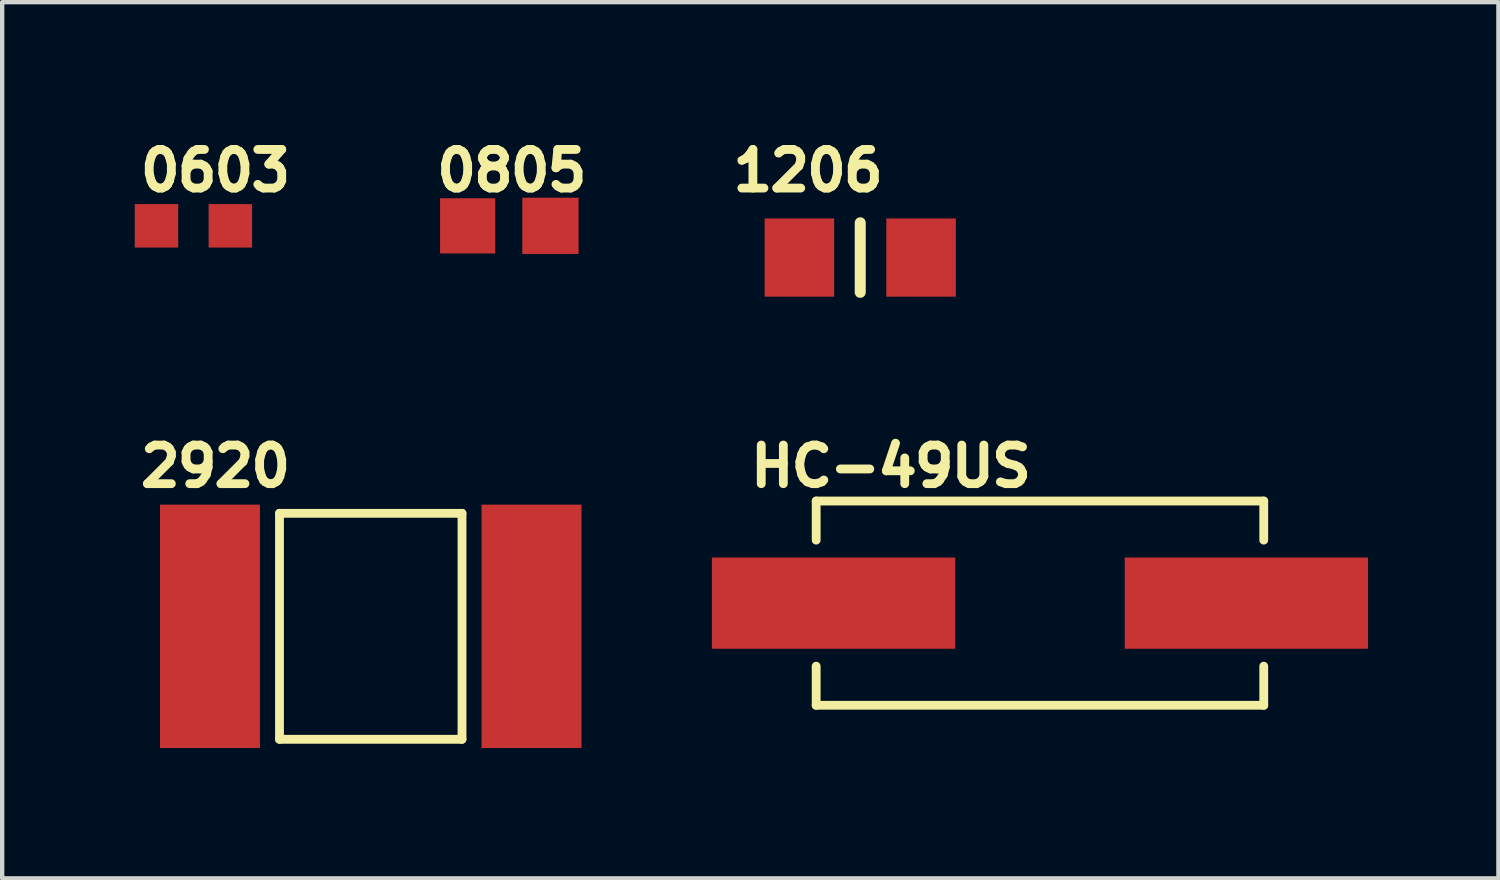
<source format=kicad_pcb>
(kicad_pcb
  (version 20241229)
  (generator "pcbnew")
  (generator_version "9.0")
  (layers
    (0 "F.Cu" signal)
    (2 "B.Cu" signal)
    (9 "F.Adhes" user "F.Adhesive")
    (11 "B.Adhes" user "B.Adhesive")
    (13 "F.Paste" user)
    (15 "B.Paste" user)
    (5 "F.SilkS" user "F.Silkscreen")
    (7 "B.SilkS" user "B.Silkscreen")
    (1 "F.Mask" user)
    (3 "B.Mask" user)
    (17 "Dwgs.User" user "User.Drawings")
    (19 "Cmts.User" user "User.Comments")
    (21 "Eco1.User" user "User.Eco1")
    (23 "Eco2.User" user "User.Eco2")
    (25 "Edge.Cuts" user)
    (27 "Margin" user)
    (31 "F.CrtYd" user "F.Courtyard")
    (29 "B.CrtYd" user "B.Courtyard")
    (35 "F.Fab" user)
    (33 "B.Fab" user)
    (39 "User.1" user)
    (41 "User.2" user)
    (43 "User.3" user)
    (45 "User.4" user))
  (footprint "HC-49US"
    (layer "F.Cu")
    (at 20.882 10.83)
    (property "Reference" "HC-49US" (at -3.429 -3.15 0) (layer "F.SilkS") (effects (font (size 0.889 0.889) (thickness 0.203))))
    (attr smd)
    (fp_line (start -5.15 -2.35) (end -5.15 -1.45) (stroke (width 0.203) (type solid)) (layer "F.SilkS"))
    (fp_line (start -5.15 -2.35) (end 5.15 -2.35) (stroke (width 0.203) (type solid)) (layer "F.SilkS"))
    (fp_line (start -5.15 1.45) (end -5.15 2.35) (stroke (width 0.203) (type solid)) (layer "F.SilkS"))
    (fp_line (start -5.15 2.35) (end 5.15 2.35) (stroke (width 0.203) (type solid)) (layer "F.SilkS"))
    (fp_line (start 5.15 -1.45) (end 5.15 -2.35) (stroke (width 0.203) (type solid)) (layer "F.SilkS"))
    (fp_line (start 5.15 2.35) (end 5.15 1.45) (stroke (width 0.203) (type solid)) (layer "F.SilkS"))
    (pad "1" smd rect (at -4.75 0) (size 5.6 2.1) (layers "F.Cu" "F.Mask" "F.Paste"))
    (pad "2" smd rect (at 4.75 0) (size 5.6 2.1) (layers "F.Cu" "F.Mask" "F.Paste")))
  (footprint "1206"
    (layer "F.Cu")
    (at 15.346 2.877)
    (property "Reference" "1206" (at 0.2 -2 0) (layer "F.SilkS") (effects (font (size 0.889 0.889) (thickness 0.203))))
    (attr through_hole)
    (fp_line (start 1.4 -0.8) (end 1.4 0.8) (stroke (width 0.254) (type solid)) (layer "F.SilkS"))
    (pad "1" smd rect (at 0 0) (size 1.6 1.8) (layers "F.Cu" "F.Mask" "F.Paste"))
    (pad "2" smd rect (at 2.8 0) (size 1.6 1.8) (layers "F.Cu" "F.Mask" "F.Paste")))
  (footprint "2920"
    (layer "F.Cu")
    (at 1.782 11.363)
    (property "Reference" "2920" (at 0.127 -3.683 0) (layer "F.SilkS") (effects (font (size 0.889 0.889) (thickness 0.203))))
    (attr through_hole)
    (fp_line (start 1.6 -2.6) (end 1.6 2.6) (stroke (width 0.203) (type solid)) (layer "F.SilkS"))
    (fp_line (start 1.6 2.6) (end 5.8 2.6) (stroke (width 0.203) (type solid)) (layer "F.SilkS"))
    (fp_line (start 5.8 -2.6) (end 1.6 -2.6) (stroke (width 0.203) (type solid)) (layer "F.SilkS"))
    (fp_line (start 5.8 2.6) (end 5.8 -2.6) (stroke (width 0.203) (type solid)) (layer "F.SilkS"))
    (pad "1" smd rect (at 0 0) (size 2.3 5.6) (layers "F.Cu" "F.Mask" "F.Paste"))
    (pad "2" smd rect (at 7.4 0) (size 2.3 5.6) (layers "F.Cu" "F.Mask" "F.Paste")))
  (footprint "0805"
    (layer "F.Cu")
    (at 7.712 2.147)
    (property "Reference" "0805" (at 1.016 -1.27 0) (layer "F.SilkS") (effects (font (size 0.889 0.889) (thickness 0.203))))
    (attr smd)
    (pad "1" smd rect (at 0 0) (size 1.27 1.27) (layers "F.Cu" "F.Mask" "F.Paste"))
    (pad "2" smd rect (at 1.905 0) (size 1.295 1.295) (layers "F.Cu" "F.Mask" "F.Paste")))
  (footprint "0603"
    (layer "F.Cu")
    (at 1.401 2.147)
    (property "Reference" "0603" (at 0.508 -1.27 0) (layer "F.SilkS") (effects (font (size 0.889 0.889) (thickness 0.203))))
    (attr smd)
    (pad "1" smd rect (at -0.85 0) (size 1 1) (layers "F.Cu" "F.Mask" "F.Paste"))
    (pad "2" smd rect (at 0.85 0) (size 1 1) (layers "F.Cu" "F.Mask" "F.Paste")))
  (gr_rect
    (start -3 -3)
    (end 31.432 17.163)
    (stroke (width 0.1) (type default))
    (fill no)
    (layer "Edge.Cuts")))
</source>
